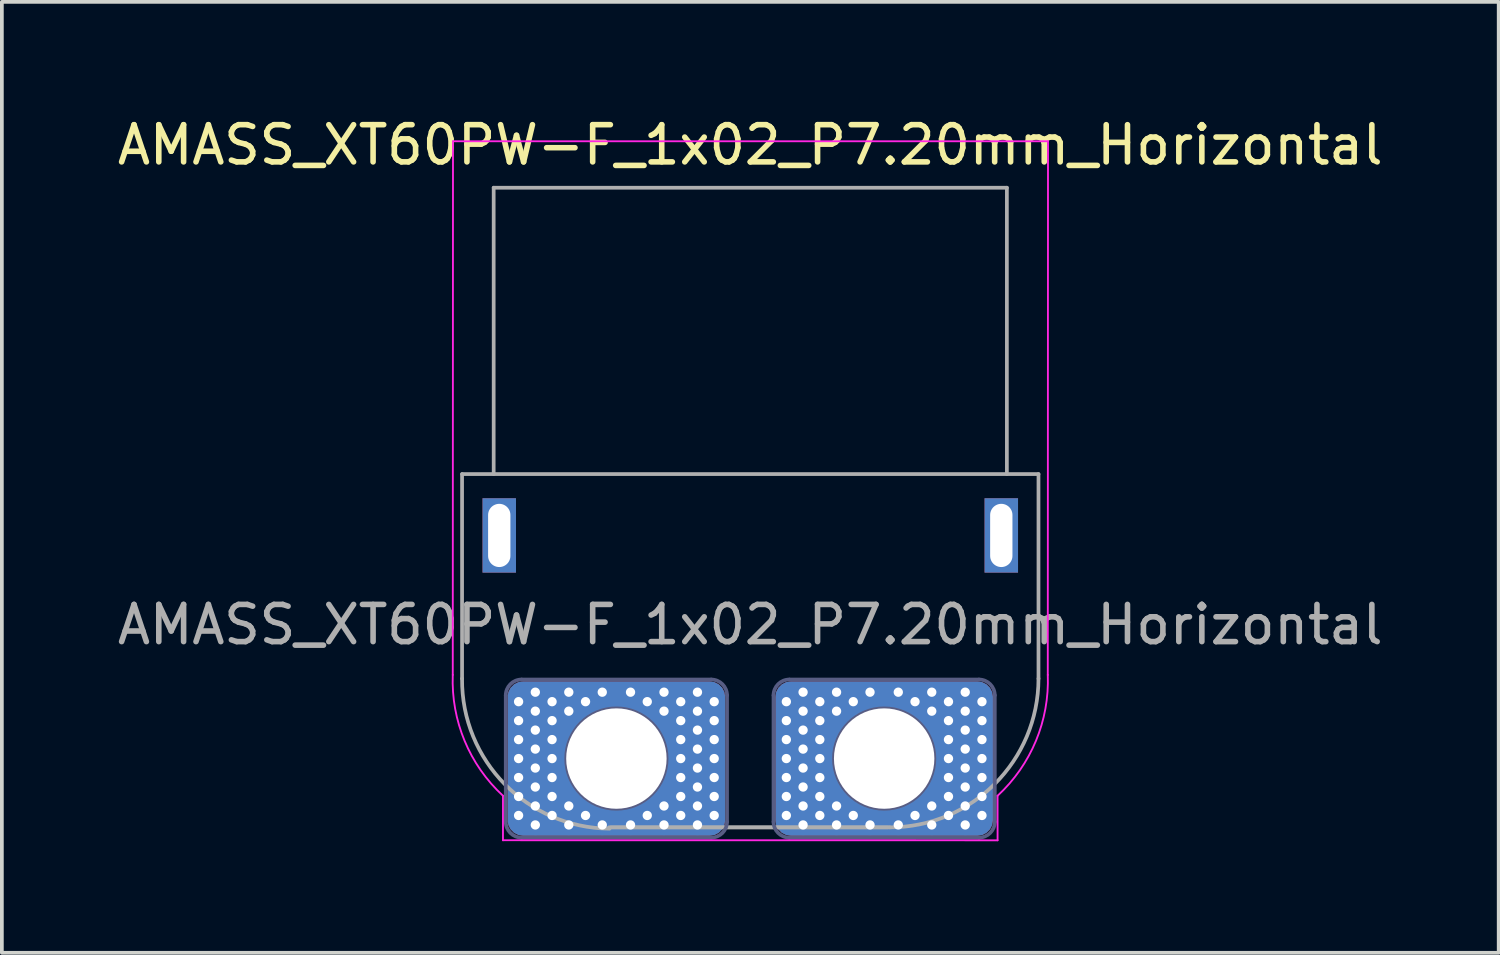
<source format=kicad_pcb>
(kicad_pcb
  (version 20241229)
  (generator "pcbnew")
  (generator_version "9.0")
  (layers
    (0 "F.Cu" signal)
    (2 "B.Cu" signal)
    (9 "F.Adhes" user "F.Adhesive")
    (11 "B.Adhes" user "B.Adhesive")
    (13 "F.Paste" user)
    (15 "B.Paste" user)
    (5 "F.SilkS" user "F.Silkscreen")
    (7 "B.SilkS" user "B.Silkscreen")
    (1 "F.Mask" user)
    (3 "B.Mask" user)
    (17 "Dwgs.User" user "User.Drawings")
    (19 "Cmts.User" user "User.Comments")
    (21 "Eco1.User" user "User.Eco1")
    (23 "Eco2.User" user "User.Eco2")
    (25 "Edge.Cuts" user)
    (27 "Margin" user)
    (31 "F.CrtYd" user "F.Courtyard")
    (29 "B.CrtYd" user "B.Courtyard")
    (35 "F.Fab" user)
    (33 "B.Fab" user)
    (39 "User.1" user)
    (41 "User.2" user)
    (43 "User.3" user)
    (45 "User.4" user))
  (footprint "AMASS_XT60PW-F_1x02_P7.20mm_Horizontal"
    (layer "F.Cu")
    (at 20.725 17.348)
    (property "Reference" "AMASS_XT60PW-F_1x02_P7.20mm_Horizontal" (at -3.6 -16.5 0) (layer "F.SilkS") (effects (font (size 1 1) (thickness 0.15))))
    (attr through_hole)
    (fp_line (start -11.594 -16.6) (end -11.6 -2.25) (stroke (width 0.05) (type solid)) (layer "F.CrtYd"))
    (fp_line (start -11.594 -16.6) (end 4.406 -16.6) (stroke (width 0.05) (type solid)) (layer "F.CrtYd"))
    (fp_line (start -10.25 1) (end -10.25 2.198) (stroke (width 0.05) (type solid)) (layer "F.CrtYd"))
    (fp_line (start 3.05 1) (end 3.05 2.198) (stroke (width 0.05) (type solid)) (layer "F.CrtYd"))
    (fp_line (start 3.05 2.198) (end -10.25 2.196) (stroke (width 0.05) (type solid)) (layer "F.CrtYd"))
    (fp_line (start 4.406 -16.6) (end 4.4 -2.25) (stroke (width 0.05) (type solid)) (layer "F.CrtYd"))
    (fp_arc (start -10.25 1) (mid -11.281741 -0.476815) (end -11.6 -2.25) (stroke (width 0.05) (type solid)) (layer "F.CrtYd"))
    (fp_arc (start 4.4 -2.25) (mid 4.081744 -0.476814) (end 3.05 1) (stroke (width 0.05) (type solid)) (layer "F.CrtYd"))
    (fp_line (start -10.175 1.7) (end -10.175 -1.7) (stroke (width 0.1) (type default)) (layer "B.Fab"))
    (fp_line (start -9.75 -2.125) (end -4.65 -2.125) (stroke (width 0.1) (type default)) (layer "B.Fab"))
    (fp_line (start -4.65 2.125) (end -9.75 2.125) (stroke (width 0.1) (type default)) (layer "B.Fab"))
    (fp_line (start -4.225 -1.7) (end -4.225 1.7) (stroke (width 0.1) (type default)) (layer "B.Fab"))
    (fp_line (start -2.975 1.7) (end -2.975 -1.7) (stroke (width 0.1) (type default)) (layer "B.Fab"))
    (fp_line (start -2.55 -2.125) (end 2.55 -2.125) (stroke (width 0.1) (type default)) (layer "B.Fab"))
    (fp_line (start 2.55 2.125) (end -2.55 2.125) (stroke (width 0.1) (type default)) (layer "B.Fab"))
    (fp_line (start 2.975 -1.7) (end 2.975 1.7) (stroke (width 0.1) (type default)) (layer "B.Fab"))
    (fp_arc (start -10.175 -1.7) (mid -10.05052 -2.00052) (end -9.75 -2.125) (stroke (width 0.1) (type default)) (layer "B.Fab"))
    (fp_arc (start -9.75 2.125) (mid -10.05052 2.00052) (end -10.175 1.7) (stroke (width 0.1) (type default)) (layer "B.Fab"))
    (fp_arc (start -4.65 -2.125) (mid -4.34948 -2.00052) (end -4.225 -1.7) (stroke (width 0.1) (type default)) (layer "B.Fab"))
    (fp_arc (start -4.225 1.7) (mid -4.34948 2.00052) (end -4.65 2.125) (stroke (width 0.1) (type default)) (layer "B.Fab"))
    (fp_arc (start -2.975 -1.7) (mid -2.85052 -2.00052) (end -2.55 -2.125) (stroke (width 0.1) (type default)) (layer "B.Fab"))
    (fp_arc (start -2.55 2.125) (mid -2.85052 2.00052) (end -2.975 1.7) (stroke (width 0.1) (type default)) (layer "B.Fab"))
    (fp_arc (start 2.55 -2.125) (mid 2.85052 -2.00052) (end 2.975 -1.7) (stroke (width 0.1) (type default)) (layer "B.Fab"))
    (fp_arc (start 2.975 1.7) (mid 2.85052 2.00052) (end 2.55 2.125) (stroke (width 0.1) (type default)) (layer "B.Fab"))
    (fp_circle (center -7.2 0) (end -5.85 0) (stroke (width 0.1) (type default)) (fill no) (layer "B.Fab"))
    (fp_circle (center 0 0) (end 1.35 0) (stroke (width 0.1) (type default)) (fill no) (layer "B.Fab"))
    (fp_line (start -11.35 -7.65) (end -11.35 -2.15) (stroke (width 0.1) (type solid)) (layer "F.Fab"))
    (fp_line (start -11.35 -7.65) (end 4.15 -7.65) (stroke (width 0.1) (type solid)) (layer "F.Fab"))
    (fp_line (start -10.5 -15.35) (end 3.3 -15.35) (stroke (width 0.1) (type solid)) (layer "F.Fab"))
    (fp_line (start -10.5 -7.65) (end -10.5 -15.35) (stroke (width 0.1) (type solid)) (layer "F.Fab"))
    (fp_line (start -7.4 1.85) (end 0.1 1.85) (stroke (width 0.1) (type solid)) (layer "F.Fab"))
    (fp_line (start -7.35 1.85) (end 0.15 1.85) (stroke (width 0.1) (type solid)) (layer "F.Fab"))
    (fp_line (start 3.3 -7.65) (end 3.3 -15.35) (stroke (width 0.1) (type solid)) (layer "F.Fab"))
    (fp_line (start 4.15 -7.65) (end 4.15 -2.15) (stroke (width 0.1) (type solid)) (layer "F.Fab"))
    (fp_arc (start -7.385 1.885) (mid -10.203176 0.688678) (end -11.35 -2.15) (stroke (width 0.1) (type solid)) (layer "F.Fab"))
    (fp_arc (start 4.15 -2.15) (mid 2.978427 0.678427) (end 0.15 1.85) (stroke (width 0.1) (type solid)) (layer "F.Fab"))
    (fp_circle (center -0.05 0) (end 0.2 0) (stroke (width 0.1) (type solid)) (fill no) (layer "F.Fab"))
    (fp_text user "${REFERENCE}" (at -3.6 -3.6 0) (layer "F.Fab") (effects (font (size 1 1) (thickness 0.15))))
    (pad "1" thru_hole circle (at -2.63 -1.53 90) (size 0.55 0.55) (drill 0.25) (layers "*.Cu"))
    (pad "1" thru_hole circle (at -2.63 -1.02 90) (size 0.55 0.55) (drill 0.25) (layers "*.Cu"))
    (pad "1" thru_hole circle (at -2.63 -0.51 90) (size 0.55 0.55) (drill 0.25) (layers "*.Cu"))
    (pad "1" thru_hole circle (at -2.63 0 90) (size 0.55 0.55) (drill 0.25) (layers "*.Cu"))
    (pad "1" thru_hole circle (at -2.63 0.51 90) (size 0.55 0.55) (drill 0.25) (layers "*.Cu"))
    (pad "1" thru_hole circle (at -2.63 1.02 90) (size 0.55 0.55) (drill 0.25) (layers "*.Cu"))
    (pad "1" thru_hole circle (at -2.63 1.53 90) (size 0.55 0.55) (drill 0.25) (layers "*.Cu"))
    (pad "1" thru_hole circle (at -2.18 -1.785 90) (size 0.55 0.55) (drill 0.25) (layers "*.Cu"))
    (pad "1" thru_hole circle (at -2.18 -1.275 90) (size 0.55 0.55) (drill 0.25) (layers "*.Cu"))
    (pad "1" thru_hole circle (at -2.18 -0.765 90) (size 0.55 0.55) (drill 0.25) (layers "*.Cu"))
    (pad "1" thru_hole circle (at -2.18 -0.255 90) (size 0.55 0.55) (drill 0.25) (layers "*.Cu"))
    (pad "1" thru_hole circle (at -2.18 0.255 90) (size 0.55 0.55) (drill 0.25) (layers "*.Cu"))
    (pad "1" thru_hole circle (at -2.18 0.765 90) (size 0.55 0.55) (drill 0.25) (layers "*.Cu"))
    (pad "1" thru_hole circle (at -2.18 1.275 90) (size 0.55 0.55) (drill 0.25) (layers "*.Cu"))
    (pad "1" thru_hole circle (at -2.18 1.785 90) (size 0.55 0.55) (drill 0.25) (layers "*.Cu"))
    (pad "1" thru_hole circle (at -1.73 -1.53 90) (size 0.55 0.55) (drill 0.25) (layers "*.Cu"))
    (pad "1" thru_hole circle (at -1.73 -1.02 90) (size 0.55 0.55) (drill 0.25) (layers "*.Cu"))
    (pad "1" thru_hole circle (at -1.73 -0.51 90) (size 0.55 0.55) (drill 0.25) (layers "*.Cu"))
    (pad "1" thru_hole circle (at -1.73 0 90) (size 0.55 0.55) (drill 0.25) (layers "*.Cu"))
    (pad "1" thru_hole circle (at -1.73 0.51 90) (size 0.55 0.55) (drill 0.25) (layers "*.Cu"))
    (pad "1" thru_hole circle (at -1.73 1.02 90) (size 0.55 0.55) (drill 0.25) (layers "*.Cu"))
    (pad "1" thru_hole circle (at -1.73 1.53 90) (size 0.55 0.55) (drill 0.25) (layers "*.Cu"))
    (pad "1" thru_hole circle (at -1.28 -1.785 90) (size 0.55 0.55) (drill 0.25) (layers "*.Cu"))
    (pad "1" thru_hole circle (at -1.28 -1.275 90) (size 0.55 0.55) (drill 0.25) (layers "*.Cu"))
    (pad "1" thru_hole circle (at -1.28 1.275 90) (size 0.55 0.55) (drill 0.25) (layers "*.Cu"))
    (pad "1" thru_hole circle (at -1.28 1.785 90) (size 0.55 0.55) (drill 0.25) (layers "*.Cu"))
    (pad "1" thru_hole circle (at -0.83 -1.53 90) (size 0.55 0.55) (drill 0.25) (layers "*.Cu"))
    (pad "1" thru_hole circle (at -0.83 1.53 90) (size 0.55 0.55) (drill 0.25) (layers "*.Cu"))
    (pad "1" thru_hole circle (at -0.38 -1.785 90) (size 0.55 0.55) (drill 0.25) (layers "*.Cu"))
    (pad "1" thru_hole circle (at -0.38 1.785 90) (size 0.55 0.55) (drill 0.25) (layers "*.Cu"))
    (pad "1" thru_hole roundrect (at 0 0) (size 5.85 4.15) (drill 2.7) (layers "*.Cu" "*.Mask") (roundrect_rratio 0.1))
    (pad "1" thru_hole circle (at 0.38 -1.785 270) (size 0.55 0.55) (drill 0.25) (layers "*.Cu"))
    (pad "1" thru_hole circle (at 0.38 1.785 270) (size 0.55 0.55) (drill 0.25) (layers "*.Cu"))
    (pad "1" thru_hole circle (at 0.83 -1.53 270) (size 0.55 0.55) (drill 0.25) (layers "*.Cu"))
    (pad "1" thru_hole circle (at 0.83 1.53 270) (size 0.55 0.55) (drill 0.25) (layers "*.Cu"))
    (pad "1" thru_hole circle (at 1.28 -1.785 270) (size 0.55 0.55) (drill 0.25) (layers "*.Cu"))
    (pad "1" thru_hole circle (at 1.28 -1.275 270) (size 0.55 0.55) (drill 0.25) (layers "*.Cu"))
    (pad "1" thru_hole circle (at 1.28 1.275 270) (size 0.55 0.55) (drill 0.25) (layers "*.Cu"))
    (pad "1" thru_hole circle (at 1.28 1.785 270) (size 0.55 0.55) (drill 0.25) (layers "*.Cu"))
    (pad "1" thru_hole circle (at 1.73 -1.53 270) (size 0.55 0.55) (drill 0.25) (layers "*.Cu"))
    (pad "1" thru_hole circle (at 1.73 -1.02 270) (size 0.55 0.55) (drill 0.25) (layers "*.Cu"))
    (pad "1" thru_hole circle (at 1.73 -0.51 270) (size 0.55 0.55) (drill 0.25) (layers "*.Cu"))
    (pad "1" thru_hole circle (at 1.73 0 270) (size 0.55 0.55) (drill 0.25) (layers "*.Cu"))
    (pad "1" thru_hole circle (at 1.73 0.51 270) (size 0.55 0.55) (drill 0.25) (layers "*.Cu"))
    (pad "1" thru_hole circle (at 1.73 1.02 270) (size 0.55 0.55) (drill 0.25) (layers "*.Cu"))
    (pad "1" thru_hole circle (at 1.73 1.53 270) (size 0.55 0.55) (drill 0.25) (layers "*.Cu"))
    (pad "1" thru_hole circle (at 2.18 -1.785 270) (size 0.55 0.55) (drill 0.25) (layers "*.Cu"))
    (pad "1" thru_hole circle (at 2.18 -1.275 270) (size 0.55 0.55) (drill 0.25) (layers "*.Cu"))
    (pad "1" thru_hole circle (at 2.18 -0.765 270) (size 0.55 0.55) (drill 0.25) (layers "*.Cu"))
    (pad "1" thru_hole circle (at 2.18 -0.255 270) (size 0.55 0.55) (drill 0.25) (layers "*.Cu"))
    (pad "1" thru_hole circle (at 2.18 0.255 270) (size 0.55 0.55) (drill 0.25) (layers "*.Cu"))
    (pad "1" thru_hole circle (at 2.18 0.765 270) (size 0.55 0.55) (drill 0.25) (layers "*.Cu"))
    (pad "1" thru_hole circle (at 2.18 1.275 270) (size 0.55 0.55) (drill 0.25) (layers "*.Cu"))
    (pad "1" thru_hole circle (at 2.18 1.785 270) (size 0.55 0.55) (drill 0.25) (layers "*.Cu"))
    (pad "1" thru_hole circle (at 2.63 -1.53 270) (size 0.55 0.55) (drill 0.25) (layers "*.Cu"))
    (pad "1" thru_hole circle (at 2.63 -1.02 270) (size 0.55 0.55) (drill 0.25) (layers "*.Cu"))
    (pad "1" thru_hole circle (at 2.63 -0.51 270) (size 0.55 0.55) (drill 0.25) (layers "*.Cu"))
    (pad "1" thru_hole circle (at 2.63 0 270) (size 0.55 0.55) (drill 0.25) (layers "*.Cu"))
    (pad "1" thru_hole circle (at 2.63 0.51 270) (size 0.55 0.55) (drill 0.25) (layers "*.Cu"))
    (pad "1" thru_hole circle (at 2.63 1.02 270) (size 0.55 0.55) (drill 0.25) (layers "*.Cu"))
    (pad "1" thru_hole circle (at 2.63 1.53 270) (size 0.55 0.55) (drill 0.25) (layers "*.Cu"))
    (pad "2" thru_hole circle (at -9.83 -1.53 90) (size 0.55 0.55) (drill 0.25) (layers "*.Cu"))
    (pad "2" thru_hole circle (at -9.83 -1.02 90) (size 0.55 0.55) (drill 0.25) (layers "*.Cu"))
    (pad "2" thru_hole circle (at -9.83 -0.51 90) (size 0.55 0.55) (drill 0.25) (layers "*.Cu"))
    (pad "2" thru_hole circle (at -9.83 0 90) (size 0.55 0.55) (drill 0.25) (layers "*.Cu"))
    (pad "2" thru_hole circle (at -9.83 0.51 90) (size 0.55 0.55) (drill 0.25) (layers "*.Cu"))
    (pad "2" thru_hole circle (at -9.83 1.02 90) (size 0.55 0.55) (drill 0.25) (layers "*.Cu"))
    (pad "2" thru_hole circle (at -9.83 1.53 90) (size 0.55 0.55) (drill 0.25) (layers "*.Cu"))
    (pad "2" thru_hole circle (at -9.38 -1.785 90) (size 0.55 0.55) (drill 0.25) (layers "*.Cu"))
    (pad "2" thru_hole circle (at -9.38 -1.275 90) (size 0.55 0.55) (drill 0.25) (layers "*.Cu"))
    (pad "2" thru_hole circle (at -9.38 -0.765 90) (size 0.55 0.55) (drill 0.25) (layers "*.Cu"))
    (pad "2" thru_hole circle (at -9.38 -0.255 90) (size 0.55 0.55) (drill 0.25) (layers "*.Cu"))
    (pad "2" thru_hole circle (at -9.38 0.255 90) (size 0.55 0.55) (drill 0.25) (layers "*.Cu"))
    (pad "2" thru_hole circle (at -9.38 0.765 90) (size 0.55 0.55) (drill 0.25) (layers "*.Cu"))
    (pad "2" thru_hole circle (at -9.38 1.275 90) (size 0.55 0.55) (drill 0.25) (layers "*.Cu"))
    (pad "2" thru_hole circle (at -9.38 1.785 90) (size 0.55 0.55) (drill 0.25) (layers "*.Cu"))
    (pad "2" thru_hole circle (at -8.93 -1.53 90) (size 0.55 0.55) (drill 0.25) (layers "*.Cu"))
    (pad "2" thru_hole circle (at -8.93 -1.02 90) (size 0.55 0.55) (drill 0.25) (layers "*.Cu"))
    (pad "2" thru_hole circle (at -8.93 -0.51 90) (size 0.55 0.55) (drill 0.25) (layers "*.Cu"))
    (pad "2" thru_hole circle (at -8.93 0 90) (size 0.55 0.55) (drill 0.25) (layers "*.Cu"))
    (pad "2" thru_hole circle (at -8.93 0.51 90) (size 0.55 0.55) (drill 0.25) (layers "*.Cu"))
    (pad "2" thru_hole circle (at -8.93 1.02 90) (size 0.55 0.55) (drill 0.25) (layers "*.Cu"))
    (pad "2" thru_hole circle (at -8.93 1.53 90) (size 0.55 0.55) (drill 0.25) (layers "*.Cu"))
    (pad "2" thru_hole circle (at -8.48 -1.785 90) (size 0.55 0.55) (drill 0.25) (layers "*.Cu"))
    (pad "2" thru_hole circle (at -8.48 -1.275 90) (size 0.55 0.55) (drill 0.25) (layers "*.Cu"))
    (pad "2" thru_hole circle (at -8.48 1.275 90) (size 0.55 0.55) (drill 0.25) (layers "*.Cu"))
    (pad "2" thru_hole circle (at -8.48 1.785 90) (size 0.55 0.55) (drill 0.25) (layers "*.Cu"))
    (pad "2" thru_hole circle (at -8.03 -1.53 90) (size 0.55 0.55) (drill 0.25) (layers "*.Cu"))
    (pad "2" thru_hole circle (at -8.03 1.53 90) (size 0.55 0.55) (drill 0.25) (layers "*.Cu"))
    (pad "2" thru_hole circle (at -7.58 -1.785 90) (size 0.55 0.55) (drill 0.25) (layers "*.Cu"))
    (pad "2" thru_hole circle (at -7.58 1.785 90) (size 0.55 0.55) (drill 0.25) (layers "*.Cu"))
    (pad "2" thru_hole roundrect (at -7.2 0) (size 5.85 4.15) (drill 2.7) (layers "*.Cu" "*.Mask") (roundrect_rratio 0.1))
    (pad "2" thru_hole circle (at -6.82 -1.785 270) (size 0.55 0.55) (drill 0.25) (layers "*.Cu"))
    (pad "2" thru_hole circle (at -6.82 1.785 270) (size 0.55 0.55) (drill 0.25) (layers "*.Cu"))
    (pad "2" thru_hole circle (at -6.37 -1.53 270) (size 0.55 0.55) (drill 0.25) (layers "*.Cu"))
    (pad "2" thru_hole circle (at -6.37 1.53 270) (size 0.55 0.55) (drill 0.25) (layers "*.Cu"))
    (pad "2" thru_hole circle (at -5.92 -1.785 270) (size 0.55 0.55) (drill 0.25) (layers "*.Cu"))
    (pad "2" thru_hole circle (at -5.92 -1.275 270) (size 0.55 0.55) (drill 0.25) (layers "*.Cu"))
    (pad "2" thru_hole circle (at -5.92 1.275 270) (size 0.55 0.55) (drill 0.25) (layers "*.Cu"))
    (pad "2" thru_hole circle (at -5.92 1.785 270) (size 0.55 0.55) (drill 0.25) (layers "*.Cu"))
    (pad "2" thru_hole circle (at -5.47 -1.53 270) (size 0.55 0.55) (drill 0.25) (layers "*.Cu"))
    (pad "2" thru_hole circle (at -5.47 -1.02 270) (size 0.55 0.55) (drill 0.25) (layers "*.Cu"))
    (pad "2" thru_hole circle (at -5.47 -0.51 270) (size 0.55 0.55) (drill 0.25) (layers "*.Cu"))
    (pad "2" thru_hole circle (at -5.47 0 270) (size 0.55 0.55) (drill 0.25) (layers "*.Cu"))
    (pad "2" thru_hole circle (at -5.47 0.51 270) (size 0.55 0.55) (drill 0.25) (layers "*.Cu"))
    (pad "2" thru_hole circle (at -5.47 1.02 270) (size 0.55 0.55) (drill 0.25) (layers "*.Cu"))
    (pad "2" thru_hole circle (at -5.47 1.53 270) (size 0.55 0.55) (drill 0.25) (layers "*.Cu"))
    (pad "2" thru_hole circle (at -5.02 -1.785 270) (size 0.55 0.55) (drill 0.25) (layers "*.Cu"))
    (pad "2" thru_hole circle (at -5.02 -1.275 270) (size 0.55 0.55) (drill 0.25) (layers "*.Cu"))
    (pad "2" thru_hole circle (at -5.02 -0.765 270) (size 0.55 0.55) (drill 0.25) (layers "*.Cu"))
    (pad "2" thru_hole circle (at -5.02 -0.255 270) (size 0.55 0.55) (drill 0.25) (layers "*.Cu"))
    (pad "2" thru_hole circle (at -5.02 0.255 270) (size 0.55 0.55) (drill 0.25) (layers "*.Cu"))
    (pad "2" thru_hole circle (at -5.02 0.765 270) (size 0.55 0.55) (drill 0.25) (layers "*.Cu"))
    (pad "2" thru_hole circle (at -5.02 1.275 270) (size 0.55 0.55) (drill 0.25) (layers "*.Cu"))
    (pad "2" thru_hole circle (at -5.02 1.785 270) (size 0.55 0.55) (drill 0.25) (layers "*.Cu"))
    (pad "2" thru_hole circle (at -4.57 -1.53 270) (size 0.55 0.55) (drill 0.25) (layers "*.Cu"))
    (pad "2" thru_hole circle (at -4.57 -1.02 270) (size 0.55 0.55) (drill 0.25) (layers "*.Cu"))
    (pad "2" thru_hole circle (at -4.57 -0.51 270) (size 0.55 0.55) (drill 0.25) (layers "*.Cu"))
    (pad "2" thru_hole circle (at -4.57 0 270) (size 0.55 0.55) (drill 0.25) (layers "*.Cu"))
    (pad "2" thru_hole circle (at -4.57 0.51 270) (size 0.55 0.55) (drill 0.25) (layers "*.Cu"))
    (pad "2" thru_hole circle (at -4.57 1.02 270) (size 0.55 0.55) (drill 0.25) (layers "*.Cu"))
    (pad "2" thru_hole circle (at -4.57 1.53 270) (size 0.55 0.55) (drill 0.25) (layers "*.Cu"))
    (pad "MP1" thru_hole rect (at 3.15 -6) (size 0.9 2) (drill oval 0.6 1.7) (layers "*.Cu" "*.Mask"))
    (pad "MP2" thru_hole rect (at -10.35 -6) (size 0.9 2) (drill oval 0.6 1.7) (layers "*.Cu" "*.Mask")))
  (gr_rect
    (start -3 -3)
    (end 37.25 22.571)
    (stroke (width 0.1) (type default))
    (fill no)
    (layer "Edge.Cuts")))
</source>
